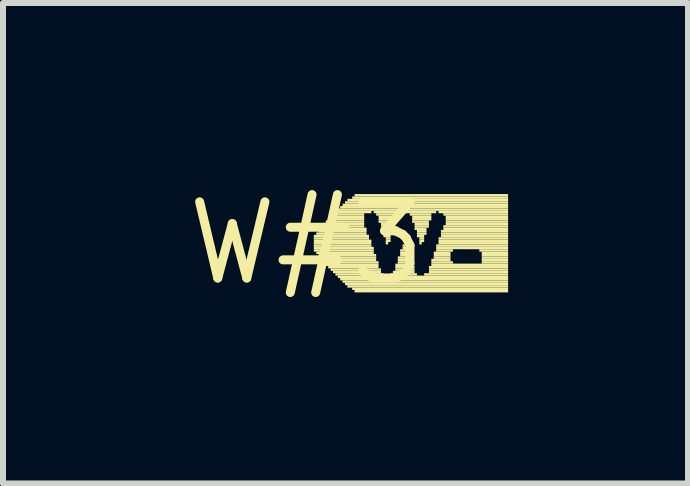
<source format=kicad_pcb>
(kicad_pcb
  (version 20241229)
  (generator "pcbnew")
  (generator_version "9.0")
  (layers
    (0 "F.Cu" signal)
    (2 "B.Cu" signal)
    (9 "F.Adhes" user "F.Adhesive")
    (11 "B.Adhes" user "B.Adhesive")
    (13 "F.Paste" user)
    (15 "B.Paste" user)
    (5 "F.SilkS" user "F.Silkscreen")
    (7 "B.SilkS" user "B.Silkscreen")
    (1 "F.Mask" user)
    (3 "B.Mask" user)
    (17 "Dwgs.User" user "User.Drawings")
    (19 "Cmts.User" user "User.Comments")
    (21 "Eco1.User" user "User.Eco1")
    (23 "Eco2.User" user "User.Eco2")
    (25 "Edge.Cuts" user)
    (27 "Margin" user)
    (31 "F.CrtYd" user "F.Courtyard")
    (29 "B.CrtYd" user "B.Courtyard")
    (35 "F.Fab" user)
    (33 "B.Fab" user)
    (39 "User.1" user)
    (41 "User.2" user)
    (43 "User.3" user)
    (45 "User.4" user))
  (footprint "W#3"
    (layer "F.Cu")
    (at 2.063 1.006)
    (property "Reference" "W#3" (at 0 0 0) (layer "F.SilkS") (effects (font (size 1.27 1.27) (thickness 0.15))))
    (fp_poly (pts (xy 0.12 -0.1) (xy 1.04 -0.1) (xy 1.04 -0.14) (xy 0.12 -0.14)) (stroke (width 0) (type default)) (fill yes) (layer "F.SilkS"))
    (fp_poly (pts (xy 0.12 -0.06) (xy 1.04 -0.06) (xy 1.04 -0.1) (xy 0.12 -0.1)) (stroke (width 0) (type default)) (fill yes) (layer "F.SilkS"))
    (fp_poly (pts (xy 0.12 -0.02) (xy 1.08 -0.02) (xy 1.08 -0.06) (xy 0.12 -0.06)) (stroke (width 0) (type default)) (fill yes) (layer "F.SilkS"))
    (fp_poly (pts (xy 0.12 0.02) (xy 1.08 0.02) (xy 1.08 -0.02) (xy 0.12 -0.02)) (stroke (width 0) (type default)) (fill yes) (layer "F.SilkS"))
    (fp_poly (pts (xy 0.12 0.06) (xy 1.08 0.06) (xy 1.08 0.02) (xy 0.12 0.02)) (stroke (width 0) (type default)) (fill yes) (layer "F.SilkS"))
    (fp_poly (pts (xy 0.12 0.1) (xy 1.12 0.1) (xy 1.12 0.06) (xy 0.12 0.06)) (stroke (width 0) (type default)) (fill yes) (layer "F.SilkS"))
    (fp_poly (pts (xy 0.12 0.14) (xy 1.12 0.14) (xy 1.12 0.1) (xy 0.12 0.1)) (stroke (width 0) (type default)) (fill yes) (layer "F.SilkS"))
    (fp_poly (pts (xy 0.16 -0.14) (xy 1 -0.14) (xy 1 -0.18) (xy 0.16 -0.18)) (stroke (width 0) (type default)) (fill yes) (layer "F.SilkS"))
    (fp_poly (pts (xy 0.16 0.18) (xy 1.12 0.18) (xy 1.12 0.14) (xy 0.16 0.14)) (stroke (width 0) (type default)) (fill yes) (layer "F.SilkS"))
    (fp_poly (pts (xy 0.2 -0.22) (xy 1 -0.22) (xy 1 -0.26) (xy 0.2 -0.26)) (stroke (width 0) (type default)) (fill yes) (layer "F.SilkS"))
    (fp_poly (pts (xy 0.2 -0.18) (xy 1 -0.18) (xy 1 -0.22) (xy 0.2 -0.22)) (stroke (width 0) (type default)) (fill yes) (layer "F.SilkS"))
    (fp_poly (pts (xy 0.2 0.22) (xy 1.16 0.22) (xy 1.16 0.18) (xy 0.2 0.18)) (stroke (width 0) (type default)) (fill yes) (layer "F.SilkS"))
    (fp_poly (pts (xy 0.2 0.26) (xy 1.16 0.26) (xy 1.16 0.22) (xy 0.2 0.22)) (stroke (width 0) (type default)) (fill yes) (layer "F.SilkS"))
    (fp_poly (pts (xy 0.24 -0.26) (xy 0.96 -0.26) (xy 0.96 -0.3) (xy 0.24 -0.3)) (stroke (width 0) (type default)) (fill yes) (layer "F.SilkS"))
    (fp_poly (pts (xy 0.24 0.3) (xy 1.16 0.3) (xy 1.16 0.26) (xy 0.24 0.26)) (stroke (width 0) (type default)) (fill yes) (layer "F.SilkS"))
    (fp_poly (pts (xy 0.28 -0.3) (xy 0.96 -0.3) (xy 0.96 -0.34) (xy 0.28 -0.34)) (stroke (width 0) (type default)) (fill yes) (layer "F.SilkS"))
    (fp_poly (pts (xy 0.28 0.34) (xy 1.2 0.34) (xy 1.2 0.3) (xy 0.28 0.3)) (stroke (width 0) (type default)) (fill yes) (layer "F.SilkS"))
    (fp_poly (pts (xy 0.32 -0.34) (xy 0.96 -0.34) (xy 0.96 -0.38) (xy 0.32 -0.38)) (stroke (width 0) (type default)) (fill yes) (layer "F.SilkS"))
    (fp_poly (pts (xy 0.32 0.38) (xy 1.2 0.38) (xy 1.2 0.34) (xy 0.32 0.34)) (stroke (width 0) (type default)) (fill yes) (layer "F.SilkS"))
    (fp_poly (pts (xy 0.36 -0.38) (xy 0.96 -0.38) (xy 0.96 -0.42) (xy 0.36 -0.42)) (stroke (width 0) (type default)) (fill yes) (layer "F.SilkS"))
    (fp_poly (pts (xy 0.36 0.42) (xy 1.2 0.42) (xy 1.2 0.38) (xy 0.36 0.38)) (stroke (width 0) (type default)) (fill yes) (layer "F.SilkS"))
    (fp_poly (pts (xy 0.4 -0.42) (xy 0.96 -0.42) (xy 0.96 -0.46) (xy 0.4 -0.46)) (stroke (width 0) (type default)) (fill yes) (layer "F.SilkS"))
    (fp_poly (pts (xy 0.4 0.46) (xy 1.24 0.46) (xy 1.24 0.42) (xy 0.4 0.42)) (stroke (width 0) (type default)) (fill yes) (layer "F.SilkS"))
    (fp_poly (pts (xy 0.44 -0.46) (xy 0.96 -0.46) (xy 0.96 -0.5) (xy 0.44 -0.5)) (stroke (width 0) (type default)) (fill yes) (layer "F.SilkS"))
    (fp_poly (pts (xy 0.44 0.5) (xy 1.24 0.5) (xy 1.24 0.46) (xy 0.44 0.46)) (stroke (width 0) (type default)) (fill yes) (layer "F.SilkS"))
    (fp_poly (pts (xy 0.48 -0.5) (xy 1.08 -0.5) (xy 1.08 -0.54) (xy 0.48 -0.54)) (stroke (width 0) (type default)) (fill yes) (layer "F.SilkS"))
    (fp_poly (pts (xy 0.48 0.54) (xy 1.28 0.54) (xy 1.28 0.5) (xy 0.48 0.5)) (stroke (width 0) (type default)) (fill yes) (layer "F.SilkS"))
    (fp_poly (pts (xy 0.52 -0.54) (xy 3.36 -0.54) (xy 3.36 -0.58) (xy 0.52 -0.58)) (stroke (width 0) (type default)) (fill yes) (layer "F.SilkS"))
    (fp_poly (pts (xy 0.52 0.58) (xy 3.36 0.58) (xy 3.36 0.54) (xy 0.52 0.54)) (stroke (width 0) (type default)) (fill yes) (layer "F.SilkS"))
    (fp_poly (pts (xy 0.56 -0.58) (xy 3.36 -0.58) (xy 3.36 -0.62) (xy 0.56 -0.62)) (stroke (width 0) (type default)) (fill yes) (layer "F.SilkS"))
    (fp_poly (pts (xy 0.56 0.62) (xy 3.36 0.62) (xy 3.36 0.58) (xy 0.56 0.58)) (stroke (width 0) (type default)) (fill yes) (layer "F.SilkS"))
    (fp_poly (pts (xy 0.6 -0.62) (xy 3.36 -0.62) (xy 3.36 -0.66) (xy 0.6 -0.66)) (stroke (width 0) (type default)) (fill yes) (layer "F.SilkS"))
    (fp_poly (pts (xy 0.6 0.66) (xy 3.36 0.66) (xy 3.36 0.62) (xy 0.6 0.62)) (stroke (width 0) (type default)) (fill yes) (layer "F.SilkS"))
    (fp_poly (pts (xy 0.64 -0.66) (xy 3.36 -0.66) (xy 3.36 -0.7) (xy 0.64 -0.7)) (stroke (width 0) (type default)) (fill yes) (layer "F.SilkS"))
    (fp_poly (pts (xy 0.64 0.7) (xy 3.36 0.7) (xy 3.36 0.66) (xy 0.64 0.66)) (stroke (width 0) (type default)) (fill yes) (layer "F.SilkS"))
    (fp_poly (pts (xy 0.68 -0.7) (xy 3.36 -0.7) (xy 3.36 -0.74) (xy 0.68 -0.74)) (stroke (width 0) (type default)) (fill yes) (layer "F.SilkS"))
    (fp_poly (pts (xy 0.68 0.74) (xy 3.36 0.74) (xy 3.36 0.7) (xy 0.68 0.7)) (stroke (width 0) (type default)) (fill yes) (layer "F.SilkS"))
    (fp_poly (pts (xy 0.76 -0.74) (xy 3.36 -0.74) (xy 3.36 -0.78) (xy 0.76 -0.78)) (stroke (width 0) (type default)) (fill yes) (layer "F.SilkS"))
    (fp_poly (pts (xy 0.76 0.78) (xy 3.36 0.78) (xy 3.36 0.74) (xy 0.76 0.74)) (stroke (width 0) (type default)) (fill yes) (layer "F.SilkS"))
    (fp_poly (pts (xy 0.8 -0.78) (xy 3.36 -0.78) (xy 3.36 -0.82) (xy 0.8 -0.82)) (stroke (width 0) (type default)) (fill yes) (layer "F.SilkS"))
    (fp_poly (pts (xy 0.8 0.82) (xy 3.36 0.82) (xy 3.36 0.78) (xy 0.8 0.78)) (stroke (width 0) (type default)) (fill yes) (layer "F.SilkS"))
    (fp_poly (pts (xy 1.12 -0.5) (xy 2.16 -0.5) (xy 2.16 -0.54) (xy 1.12 -0.54)) (stroke (width 0) (type default)) (fill yes) (layer "F.SilkS"))
    (fp_poly (pts (xy 1.16 -0.46) (xy 1.56 -0.46) (xy 1.56 -0.5) (xy 1.16 -0.5)) (stroke (width 0) (type default)) (fill yes) (layer "F.SilkS"))
    (fp_poly (pts (xy 1.2 -0.42) (xy 1.52 -0.42) (xy 1.52 -0.46) (xy 1.2 -0.46)) (stroke (width 0) (type default)) (fill yes) (layer "F.SilkS"))
    (fp_poly (pts (xy 1.2 -0.38) (xy 1.52 -0.38) (xy 1.52 -0.42) (xy 1.2 -0.42)) (stroke (width 0) (type default)) (fill yes) (layer "F.SilkS"))
    (fp_poly (pts (xy 1.2 -0.34) (xy 1.48 -0.34) (xy 1.48 -0.38) (xy 1.2 -0.38)) (stroke (width 0) (type default)) (fill yes) (layer "F.SilkS"))
    (fp_poly (pts (xy 1.24 -0.3) (xy 1.48 -0.3) (xy 1.48 -0.34) (xy 1.24 -0.34)) (stroke (width 0) (type default)) (fill yes) (layer "F.SilkS"))
    (fp_poly (pts (xy 1.24 -0.26) (xy 1.48 -0.26) (xy 1.48 -0.3) (xy 1.24 -0.3)) (stroke (width 0) (type default)) (fill yes) (layer "F.SilkS"))
    (fp_poly (pts (xy 1.24 -0.22) (xy 1.44 -0.22) (xy 1.44 -0.26) (xy 1.24 -0.26)) (stroke (width 0) (type default)) (fill yes) (layer "F.SilkS"))
    (fp_poly (pts (xy 1.28 -0.18) (xy 1.44 -0.18) (xy 1.44 -0.22) (xy 1.28 -0.22)) (stroke (width 0) (type default)) (fill yes) (layer "F.SilkS"))
    (fp_poly (pts (xy 1.28 -0.14) (xy 1.44 -0.14) (xy 1.44 -0.18) (xy 1.28 -0.18)) (stroke (width 0) (type default)) (fill yes) (layer "F.SilkS"))
    (fp_poly (pts (xy 1.28 -0.1) (xy 1.4 -0.1) (xy 1.4 -0.14) (xy 1.28 -0.14)) (stroke (width 0) (type default)) (fill yes) (layer "F.SilkS"))
    (fp_poly (pts (xy 1.32 -0.06) (xy 1.4 -0.06) (xy 1.4 -0.1) (xy 1.32 -0.1)) (stroke (width 0) (type default)) (fill yes) (layer "F.SilkS"))
    (fp_poly (pts (xy 1.32 -0.02) (xy 1.4 -0.02) (xy 1.4 -0.06) (xy 1.32 -0.06)) (stroke (width 0) (type default)) (fill yes) (layer "F.SilkS"))
    (fp_poly (pts (xy 1.32 0.02) (xy 1.36 0.02) (xy 1.36 -0.02) (xy 1.32 -0.02)) (stroke (width 0) (type default)) (fill yes) (layer "F.SilkS"))
    (fp_poly (pts (xy 1.4 0.54) (xy 1.84 0.54) (xy 1.84 0.5) (xy 1.4 0.5)) (stroke (width 0) (type default)) (fill yes) (layer "F.SilkS"))
    (fp_poly (pts (xy 1.44 0.5) (xy 1.8 0.5) (xy 1.8 0.46) (xy 1.44 0.46)) (stroke (width 0) (type default)) (fill yes) (layer "F.SilkS"))
    (fp_poly (pts (xy 1.48 0.38) (xy 1.76 0.38) (xy 1.76 0.34) (xy 1.48 0.34)) (stroke (width 0) (type default)) (fill yes) (layer "F.SilkS"))
    (fp_poly (pts (xy 1.48 0.42) (xy 1.8 0.42) (xy 1.8 0.38) (xy 1.48 0.38)) (stroke (width 0) (type default)) (fill yes) (layer "F.SilkS"))
    (fp_poly (pts (xy 1.48 0.46) (xy 1.8 0.46) (xy 1.8 0.42) (xy 1.48 0.42)) (stroke (width 0) (type default)) (fill yes) (layer "F.SilkS"))
    (fp_poly (pts (xy 1.52 0.26) (xy 1.72 0.26) (xy 1.72 0.22) (xy 1.52 0.22)) (stroke (width 0) (type default)) (fill yes) (layer "F.SilkS"))
    (fp_poly (pts (xy 1.52 0.3) (xy 1.72 0.3) (xy 1.72 0.26) (xy 1.52 0.26)) (stroke (width 0) (type default)) (fill yes) (layer "F.SilkS"))
    (fp_poly (pts (xy 1.52 0.34) (xy 1.76 0.34) (xy 1.76 0.3) (xy 1.52 0.3)) (stroke (width 0) (type default)) (fill yes) (layer "F.SilkS"))
    (fp_poly (pts (xy 1.56 0.14) (xy 1.68 0.14) (xy 1.68 0.1) (xy 1.56 0.1)) (stroke (width 0) (type default)) (fill yes) (layer "F.SilkS"))
    (fp_poly (pts (xy 1.56 0.18) (xy 1.68 0.18) (xy 1.68 0.14) (xy 1.56 0.14)) (stroke (width 0) (type default)) (fill yes) (layer "F.SilkS"))
    (fp_poly (pts (xy 1.56 0.22) (xy 1.72 0.22) (xy 1.72 0.18) (xy 1.56 0.18)) (stroke (width 0) (type default)) (fill yes) (layer "F.SilkS"))
    (fp_poly (pts (xy 1.6 0.06) (xy 1.64 0.06) (xy 1.64 0.02) (xy 1.6 0.02)) (stroke (width 0) (type default)) (fill yes) (layer "F.SilkS"))
    (fp_poly (pts (xy 1.6 0.1) (xy 1.68 0.1) (xy 1.68 0.06) (xy 1.6 0.06)) (stroke (width 0) (type default)) (fill yes) (layer "F.SilkS"))
    (fp_poly (pts (xy 1.72 -0.46) (xy 2.08 -0.46) (xy 2.08 -0.5) (xy 1.72 -0.5)) (stroke (width 0) (type default)) (fill yes) (layer "F.SilkS"))
    (fp_poly (pts (xy 1.76 -0.42) (xy 2.08 -0.42) (xy 2.08 -0.46) (xy 1.76 -0.46)) (stroke (width 0) (type default)) (fill yes) (layer "F.SilkS"))
    (fp_poly (pts (xy 1.76 -0.38) (xy 2.08 -0.38) (xy 2.08 -0.42) (xy 1.76 -0.42)) (stroke (width 0) (type default)) (fill yes) (layer "F.SilkS"))
    (fp_poly (pts (xy 1.76 -0.34) (xy 2.04 -0.34) (xy 2.04 -0.38) (xy 1.76 -0.38)) (stroke (width 0) (type default)) (fill yes) (layer "F.SilkS"))
    (fp_poly (pts (xy 1.8 -0.3) (xy 2.04 -0.3) (xy 2.04 -0.34) (xy 1.8 -0.34)) (stroke (width 0) (type default)) (fill yes) (layer "F.SilkS"))
    (fp_poly (pts (xy 1.8 -0.26) (xy 2.04 -0.26) (xy 2.04 -0.3) (xy 1.8 -0.3)) (stroke (width 0) (type default)) (fill yes) (layer "F.SilkS"))
    (fp_poly (pts (xy 1.8 -0.22) (xy 2 -0.22) (xy 2 -0.26) (xy 1.8 -0.26)) (stroke (width 0) (type default)) (fill yes) (layer "F.SilkS"))
    (fp_poly (pts (xy 1.84 -0.18) (xy 2 -0.18) (xy 2 -0.22) (xy 1.84 -0.22)) (stroke (width 0) (type default)) (fill yes) (layer "F.SilkS"))
    (fp_poly (pts (xy 1.84 -0.14) (xy 2 -0.14) (xy 2 -0.18) (xy 1.84 -0.18)) (stroke (width 0) (type default)) (fill yes) (layer "F.SilkS"))
    (fp_poly (pts (xy 1.84 -0.1) (xy 1.96 -0.1) (xy 1.96 -0.14) (xy 1.84 -0.14)) (stroke (width 0) (type default)) (fill yes) (layer "F.SilkS"))
    (fp_poly (pts (xy 1.88 -0.06) (xy 1.96 -0.06) (xy 1.96 -0.1) (xy 1.88 -0.1)) (stroke (width 0) (type default)) (fill yes) (layer "F.SilkS"))
    (fp_poly (pts (xy 1.88 -0.02) (xy 1.96 -0.02) (xy 1.96 -0.06) (xy 1.88 -0.06)) (stroke (width 0) (type default)) (fill yes) (layer "F.SilkS"))
    (fp_poly (pts (xy 1.88 0.02) (xy 1.92 0.02) (xy 1.92 -0.02) (xy 1.88 -0.02)) (stroke (width 0) (type default)) (fill yes) (layer "F.SilkS"))
    (fp_poly (pts (xy 1.96 0.54) (xy 3.36 0.54) (xy 3.36 0.5) (xy 1.96 0.5)) (stroke (width 0) (type default)) (fill yes) (layer "F.SilkS"))
    (fp_poly (pts (xy 2.04 0.42) (xy 3.36 0.42) (xy 3.36 0.38) (xy 2.04 0.38)) (stroke (width 0) (type default)) (fill yes) (layer "F.SilkS"))
    (fp_poly (pts (xy 2.04 0.46) (xy 3.36 0.46) (xy 3.36 0.42) (xy 2.04 0.42)) (stroke (width 0) (type default)) (fill yes) (layer "F.SilkS"))
    (fp_poly (pts (xy 2.04 0.5) (xy 3.36 0.5) (xy 3.36 0.46) (xy 2.04 0.46)) (stroke (width 0) (type default)) (fill yes) (layer "F.SilkS"))
    (fp_poly (pts (xy 2.08 0.3) (xy 2.4 0.3) (xy 2.4 0.26) (xy 2.08 0.26)) (stroke (width 0) (type default)) (fill yes) (layer "F.SilkS"))
    (fp_poly (pts (xy 2.08 0.34) (xy 2.44 0.34) (xy 2.44 0.3) (xy 2.08 0.3)) (stroke (width 0) (type default)) (fill yes) (layer "F.SilkS"))
    (fp_poly (pts (xy 2.08 0.38) (xy 3.36 0.38) (xy 3.36 0.34) (xy 2.08 0.34)) (stroke (width 0) (type default)) (fill yes) (layer "F.SilkS"))
    (fp_poly (pts (xy 2.12 0.18) (xy 2.4 0.18) (xy 2.4 0.14) (xy 2.12 0.14)) (stroke (width 0) (type default)) (fill yes) (layer "F.SilkS"))
    (fp_poly (pts (xy 2.12 0.22) (xy 2.4 0.22) (xy 2.4 0.18) (xy 2.12 0.18)) (stroke (width 0) (type default)) (fill yes) (layer "F.SilkS"))
    (fp_poly (pts (xy 2.12 0.26) (xy 2.4 0.26) (xy 2.4 0.22) (xy 2.12 0.22)) (stroke (width 0) (type default)) (fill yes) (layer "F.SilkS"))
    (fp_poly (pts (xy 2.16 0.06) (xy 3.36 0.06) (xy 3.36 0.02) (xy 2.16 0.02)) (stroke (width 0) (type default)) (fill yes) (layer "F.SilkS"))
    (fp_poly (pts (xy 2.16 0.1) (xy 3.36 0.1) (xy 3.36 0.06) (xy 2.16 0.06)) (stroke (width 0) (type default)) (fill yes) (layer "F.SilkS"))
    (fp_poly (pts (xy 2.16 0.14) (xy 2.44 0.14) (xy 2.44 0.1) (xy 2.16 0.1)) (stroke (width 0) (type default)) (fill yes) (layer "F.SilkS"))
    (fp_poly (pts (xy 2.2 -0.5) (xy 3.36 -0.5) (xy 3.36 -0.54) (xy 2.2 -0.54)) (stroke (width 0) (type default)) (fill yes) (layer "F.SilkS"))
    (fp_poly (pts (xy 2.2 -0.06) (xy 3.36 -0.06) (xy 3.36 -0.1) (xy 2.2 -0.1)) (stroke (width 0) (type default)) (fill yes) (layer "F.SilkS"))
    (fp_poly (pts (xy 2.2 -0.02) (xy 3.36 -0.02) (xy 3.36 -0.06) (xy 2.2 -0.06)) (stroke (width 0) (type default)) (fill yes) (layer "F.SilkS"))
    (fp_poly (pts (xy 2.2 0.02) (xy 3.36 0.02) (xy 3.36 -0.02) (xy 2.2 -0.02)) (stroke (width 0) (type default)) (fill yes) (layer "F.SilkS"))
    (fp_poly (pts (xy 2.24 -0.18) (xy 3.36 -0.18) (xy 3.36 -0.22) (xy 2.24 -0.22)) (stroke (width 0) (type default)) (fill yes) (layer "F.SilkS"))
    (fp_poly (pts (xy 2.24 -0.14) (xy 3.36 -0.14) (xy 3.36 -0.18) (xy 2.24 -0.18)) (stroke (width 0) (type default)) (fill yes) (layer "F.SilkS"))
    (fp_poly (pts (xy 2.24 -0.1) (xy 3.36 -0.1) (xy 3.36 -0.14) (xy 2.24 -0.14)) (stroke (width 0) (type default)) (fill yes) (layer "F.SilkS"))
    (fp_poly (pts (xy 2.28 -0.46) (xy 3.36 -0.46) (xy 3.36 -0.5) (xy 2.28 -0.5)) (stroke (width 0) (type default)) (fill yes) (layer "F.SilkS"))
    (fp_poly (pts (xy 2.28 -0.26) (xy 3.36 -0.26) (xy 3.36 -0.3) (xy 2.28 -0.3)) (stroke (width 0) (type default)) (fill yes) (layer "F.SilkS"))
    (fp_poly (pts (xy 2.28 -0.22) (xy 3.36 -0.22) (xy 3.36 -0.26) (xy 2.28 -0.26)) (stroke (width 0) (type default)) (fill yes) (layer "F.SilkS"))
    (fp_poly (pts (xy 2.32 -0.42) (xy 3.36 -0.42) (xy 3.36 -0.46) (xy 2.32 -0.46)) (stroke (width 0) (type default)) (fill yes) (layer "F.SilkS"))
    (fp_poly (pts (xy 2.32 -0.38) (xy 3.36 -0.38) (xy 3.36 -0.42) (xy 2.32 -0.42)) (stroke (width 0) (type default)) (fill yes) (layer "F.SilkS"))
    (fp_poly (pts (xy 2.32 -0.34) (xy 3.36 -0.34) (xy 3.36 -0.38) (xy 2.32 -0.38)) (stroke (width 0) (type default)) (fill yes) (layer "F.SilkS"))
    (fp_poly (pts (xy 2.32 -0.3) (xy 3.36 -0.3) (xy 3.36 -0.34) (xy 2.32 -0.34)) (stroke (width 0) (type default)) (fill yes) (layer "F.SilkS"))
    (fp_poly (pts (xy 2.88 0.14) (xy 3.36 0.14) (xy 3.36 0.1) (xy 2.88 0.1)) (stroke (width 0) (type default)) (fill yes) (layer "F.SilkS"))
    (fp_poly (pts (xy 2.92 0.18) (xy 3.36 0.18) (xy 3.36 0.14) (xy 2.92 0.14)) (stroke (width 0) (type default)) (fill yes) (layer "F.SilkS"))
    (fp_poly (pts (xy 2.92 0.22) (xy 3.36 0.22) (xy 3.36 0.18) (xy 2.92 0.18)) (stroke (width 0) (type default)) (fill yes) (layer "F.SilkS"))
    (fp_poly (pts (xy 2.92 0.26) (xy 3.36 0.26) (xy 3.36 0.22) (xy 2.92 0.22)) (stroke (width 0) (type default)) (fill yes) (layer "F.SilkS"))
    (fp_poly (pts (xy 2.92 0.3) (xy 3.36 0.3) (xy 3.36 0.26) (xy 2.92 0.26)) (stroke (width 0) (type default)) (fill yes) (layer "F.SilkS"))
    (fp_poly (pts (xy 2.92 0.34) (xy 3.36 0.34) (xy 3.36 0.3) (xy 2.92 0.3)) (stroke (width 0) (type default)) (fill yes) (layer "F.SilkS")))
  (gr_rect
    (start -3 -3)
    (end 8.423 5.012)
    (stroke (width 0.1) (type default))
    (fill no)
    (layer "Edge.Cuts")))
</source>
